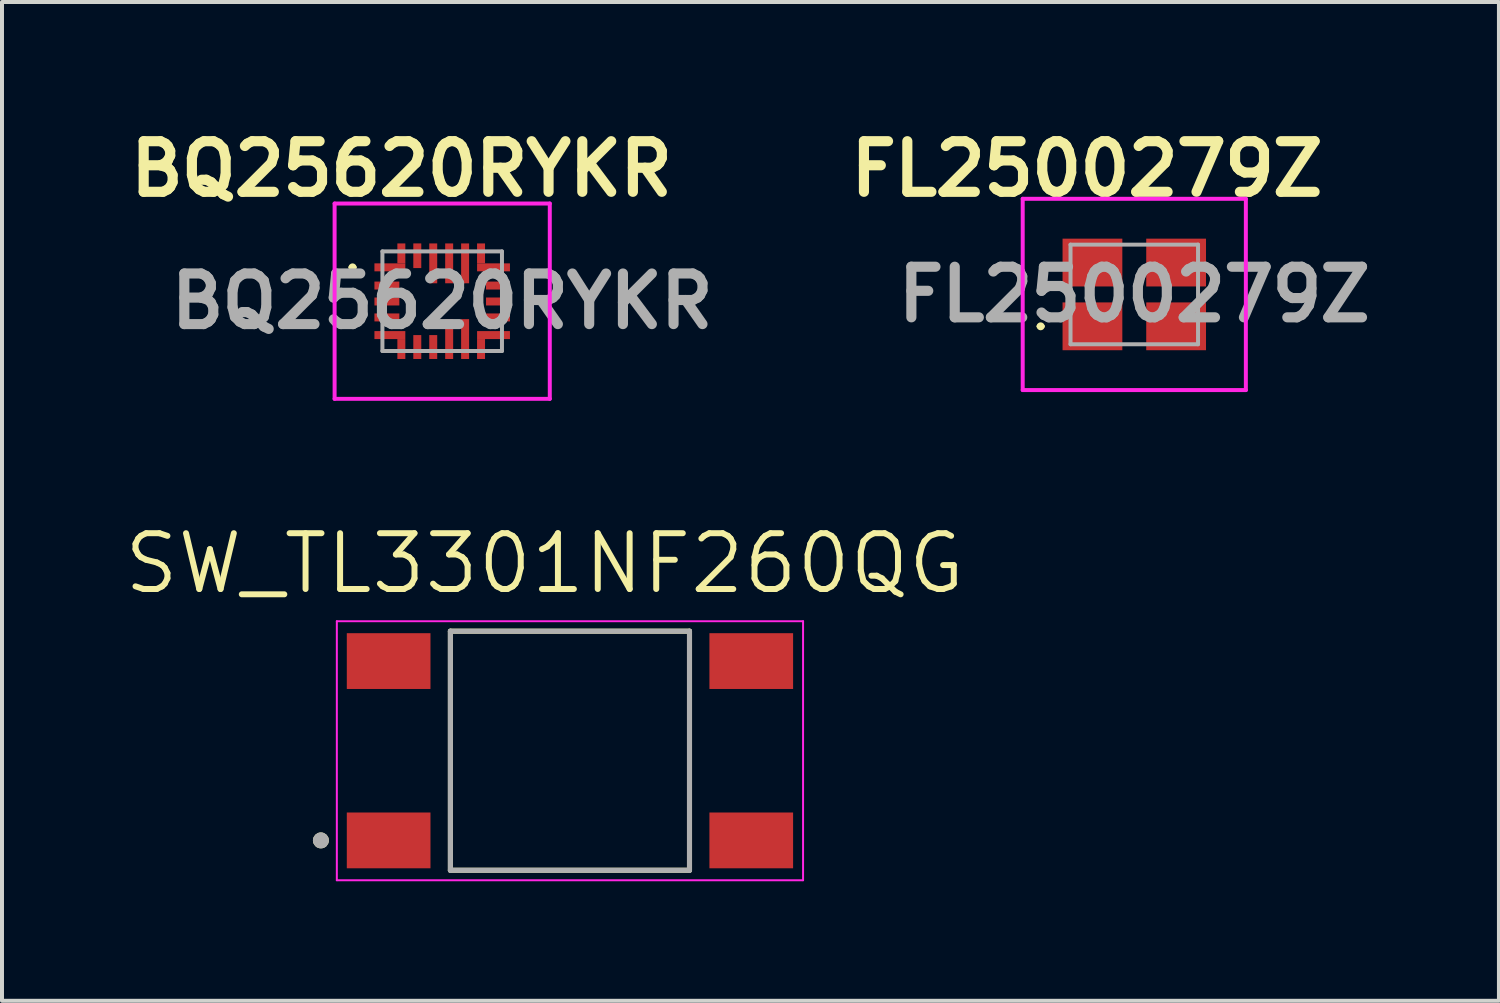
<source format=kicad_pcb>
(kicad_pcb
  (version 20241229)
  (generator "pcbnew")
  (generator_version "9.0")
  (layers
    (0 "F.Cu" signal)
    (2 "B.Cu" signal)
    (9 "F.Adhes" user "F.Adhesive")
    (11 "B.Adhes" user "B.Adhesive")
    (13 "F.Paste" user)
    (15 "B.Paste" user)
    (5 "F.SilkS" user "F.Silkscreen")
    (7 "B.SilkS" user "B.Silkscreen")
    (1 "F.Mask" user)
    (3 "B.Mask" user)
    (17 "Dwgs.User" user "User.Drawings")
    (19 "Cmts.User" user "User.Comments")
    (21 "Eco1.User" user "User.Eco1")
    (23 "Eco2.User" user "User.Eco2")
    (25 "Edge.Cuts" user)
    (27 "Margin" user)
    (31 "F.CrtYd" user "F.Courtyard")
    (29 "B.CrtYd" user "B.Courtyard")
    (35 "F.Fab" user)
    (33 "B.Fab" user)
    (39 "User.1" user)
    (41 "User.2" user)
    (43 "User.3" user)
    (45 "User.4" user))
  (footprint "FL2500279Z"
    (layer "F.Cu")
    (at 25.415 4.339)
    (property "Reference" "FL2500279Z" (at -1.19 -3.15 0) (layer "F.SilkS") (effects (font (size 1.27 1.27) (thickness 0.254))))
    (attr smd)
    (fp_line (start -2.4 0.8) (end -2.4 0.8) (stroke (width 0.1) (type solid)) (layer "F.SilkS"))
    (fp_line (start -2.3 0.8) (end -2.3 0.8) (stroke (width 0.1) (type solid)) (layer "F.SilkS"))
    (fp_arc (start -2.4 0.8) (mid -2.35 0.75) (end -2.3 0.8) (stroke (width 0.1) (type solid)) (layer "F.SilkS"))
    (fp_arc (start -2.3 0.8) (mid -2.35 0.85) (end -2.4 0.8) (stroke (width 0.1) (type solid)) (layer "F.SilkS"))
    (fp_line (start -2.8 -2.4) (end 2.8 -2.4) (stroke (width 0.1) (type solid)) (layer "F.CrtYd"))
    (fp_line (start -2.8 2.4) (end -2.8 -2.4) (stroke (width 0.1) (type solid)) (layer "F.CrtYd"))
    (fp_line (start 2.8 -2.4) (end 2.8 2.4) (stroke (width 0.1) (type solid)) (layer "F.CrtYd"))
    (fp_line (start 2.8 2.4) (end -2.8 2.4) (stroke (width 0.1) (type solid)) (layer "F.CrtYd"))
    (fp_line (start -1.6 -1.25) (end -1.6 1.25) (stroke (width 0.1) (type solid)) (layer "F.Fab"))
    (fp_line (start -1.6 1.25) (end 1.6 1.25) (stroke (width 0.1) (type solid)) (layer "F.Fab"))
    (fp_line (start 1.6 -1.25) (end -1.6 -1.25) (stroke (width 0.1) (type solid)) (layer "F.Fab"))
    (fp_line (start 1.6 1.25) (end 1.6 -1.25) (stroke (width 0.1) (type solid)) (layer "F.Fab"))
    (fp_text user "${REFERENCE}" (at 0 0 0) (layer "F.Fab") (effects (font (size 1.27 1.27) (thickness 0.254))))
    (pad "1" smd rect (at -1.05 0.8 90) (size 1.2 1.5) (layers "F.Cu" "F.Mask" "F.Paste"))
    (pad "2" smd rect (at 1.05 0.8 90) (size 1.2 1.5) (layers "F.Cu" "F.Mask" "F.Paste"))
    (pad "3" smd rect (at 1.05 -0.8 90) (size 1.2 1.5) (layers "F.Cu" "F.Mask" "F.Paste"))
    (pad "4" smd rect (at -1.05 -0.8 90) (size 1.2 1.5) (layers "F.Cu" "F.Mask" "F.Paste")))
  (footprint "BQ25620RYKR"
    (layer "F.Cu")
    (at 8.047 4.509)
    (property "Reference" "BQ25620RYKR" (at -1.02 -3.32 0) (layer "F.SilkS") (effects (font (size 1.27 1.27) (thickness 0.254))))
    (attr smd)
    (fp_line (start -2.3 -0.85) (end -2.3 -0.85) (stroke (width 0.1) (type solid)) (layer "F.SilkS"))
    (fp_line (start -2.2 -0.85) (end -2.2 -0.85) (stroke (width 0.1) (type solid)) (layer "F.SilkS"))
    (fp_arc (start -2.3 -0.85) (mid -2.25 -0.9) (end -2.2 -0.85) (stroke (width 0.1) (type solid)) (layer "F.SilkS"))
    (fp_arc (start -2.2 -0.85) (mid -2.25 -0.8) (end -2.3 -0.85) (stroke (width 0.1) (type solid)) (layer "F.SilkS"))
    (fp_line (start -2.7 -2.451) (end 2.7 -2.451) (stroke (width 0.1) (type solid)) (layer "F.CrtYd"))
    (fp_line (start -2.7 2.45) (end -2.7 -2.451) (stroke (width 0.1) (type solid)) (layer "F.CrtYd"))
    (fp_line (start 2.7 -2.451) (end 2.7 2.45) (stroke (width 0.1) (type solid)) (layer "F.CrtYd"))
    (fp_line (start 2.7 2.45) (end -2.7 2.45) (stroke (width 0.1) (type solid)) (layer "F.CrtYd"))
    (fp_line (start -1.5 -1.25) (end -1.5 1.25) (stroke (width 0.1) (type solid)) (layer "F.Fab"))
    (fp_line (start -1.5 1.25) (end 1.5 1.25) (stroke (width 0.1) (type solid)) (layer "F.Fab"))
    (fp_line (start 1.5 -1.25) (end -1.5 -1.25) (stroke (width 0.1) (type solid)) (layer "F.Fab"))
    (fp_line (start 1.5 1.25) (end 1.5 -1.25) (stroke (width 0.1) (type solid)) (layer "F.Fab"))
    (fp_text user "${REFERENCE}" (at 0 0 0) (layer "F.Fab") (effects (font (size 1.27 1.27) (thickness 0.254))))
    (pad "1" smd rect (at -1.313 -0.85 90) (size 0.2 0.775) (layers "F.Cu" "F.Mask" "F.Paste"))
    (pad "2" smd rect (at -1.388 -0.393 90) (size 0.2 0.625) (layers "F.Cu" "F.Mask" "F.Paste"))
    (pad "3" smd rect (at -1.388 0.007 90) (size 0.2 0.625) (layers "F.Cu" "F.Mask" "F.Paste"))
    (pad "4" smd rect (at -1.388 0.407 90) (size 0.2 0.625) (layers "F.Cu" "F.Mask" "F.Paste"))
    (pad "5" smd rect (at -1.313 0.85 90) (size 0.2 0.775) (layers "F.Cu" "F.Mask" "F.Paste"))
    (pad "6" smd rect (at -0.625 1.15) (size 0.2 0.6) (layers "F.Cu" "F.Mask" "F.Paste"))
    (pad "7" smd rect (at -0.225 1.15) (size 0.2 0.6) (layers "F.Cu" "F.Mask" "F.Paste"))
    (pad "8" smd rect (at 0.175 0.95) (size 0.2 1) (layers "F.Cu" "F.Mask" "F.Paste"))
    (pad "9" smd rect (at 0.575 0.95) (size 0.2 1) (layers "F.Cu" "F.Mask" "F.Paste"))
    (pad "10" smd rect (at 1.288 0.85 90) (size 0.2 0.825) (layers "F.Cu" "F.Mask" "F.Paste"))
    (pad "11" smd rect (at 1.4 0.407 90) (size 0.2 0.6) (layers "F.Cu" "F.Mask" "F.Paste"))
    (pad "12" smd rect (at 1.4 0.007 90) (size 0.2 0.6) (layers "F.Cu" "F.Mask" "F.Paste"))
    (pad "13" smd rect (at 1.4 -0.393 90) (size 0.2 0.6) (layers "F.Cu" "F.Mask" "F.Paste"))
    (pad "14" smd rect (at 1.288 -0.85 90) (size 0.2 0.825) (layers "F.Cu" "F.Mask" "F.Paste"))
    (pad "15" smd rect (at 0.575 -0.95) (size 0.2 1) (layers "F.Cu" "F.Mask" "F.Paste"))
    (pad "16" smd rect (at 0.175 -0.95) (size 0.2 1) (layers "F.Cu" "F.Mask" "F.Paste"))
    (pad "17" smd rect (at -0.225 -0.95) (size 0.2 1) (layers "F.Cu" "F.Mask" "F.Paste"))
    (pad "18" smd rect (at -0.625 -1.141) (size 0.2 0.619) (layers "F.Cu" "F.Mask" "F.Paste"))
    (pad "19" smd rect (at -1.025 -1.2) (size 0.2 0.5) (layers "F.Cu" "F.Mask" "F.Paste"))
    (pad "20" smd rect (at -1.025 1.2) (size 0.2 0.5) (layers "F.Cu" "F.Mask" "F.Paste"))
    (pad "21" smd rect (at 0.975 1.2) (size 0.2 0.5) (layers "F.Cu" "F.Mask" "F.Paste"))
    (pad "22" smd rect (at 0.975 -1.2) (size 0.2 0.5) (layers "F.Cu" "F.Mask" "F.Paste")))
  (footprint "SW_TL3301NF260QG"
    (layer "F.Cu")
    (at 11.253 15.79)
    (property "Reference" "SW_TL3301NF260QG" (at -0.635 -4.699 0) (layer "F.SilkS") (effects (font (size 1.4 1.4) (thickness 0.15))))
    (attr smd)
    (fp_line (start -3 -3) (end -3 3) (stroke (width 0.127) (type solid)) (layer "F.SilkS"))
    (fp_line (start -3 3) (end 3 3) (stroke (width 0.127) (type solid)) (layer "F.SilkS"))
    (fp_line (start 3 -3) (end -3 -3) (stroke (width 0.127) (type solid)) (layer "F.SilkS"))
    (fp_line (start 3 3) (end 3 -3) (stroke (width 0.127) (type solid)) (layer "F.SilkS"))
    (fp_circle (center -6.25 2.25) (end -6.15 2.25) (stroke (width 0.2) (type solid)) (fill no) (layer "F.SilkS"))
    (fp_line (start -5.85 -3.25) (end 5.85 -3.25) (stroke (width 0.05) (type solid)) (layer "F.CrtYd"))
    (fp_line (start -5.85 3.25) (end -5.85 -3.25) (stroke (width 0.05) (type solid)) (layer "F.CrtYd"))
    (fp_line (start 5.85 -3.25) (end 5.85 3.25) (stroke (width 0.05) (type solid)) (layer "F.CrtYd"))
    (fp_line (start 5.85 3.25) (end -5.85 3.25) (stroke (width 0.05) (type solid)) (layer "F.CrtYd"))
    (fp_line (start -3 -3) (end 3 -3) (stroke (width 0.127) (type solid)) (layer "F.Fab"))
    (fp_line (start -3 3) (end -3 -3) (stroke (width 0.127) (type solid)) (layer "F.Fab"))
    (fp_line (start 3 -3) (end 3 3) (stroke (width 0.127) (type solid)) (layer "F.Fab"))
    (fp_line (start 3 3) (end -3 3) (stroke (width 0.127) (type solid)) (layer "F.Fab"))
    (fp_circle (center -6.25 2.25) (end -6.15 2.25) (stroke (width 0.2) (type solid)) (fill no) (layer "F.Fab"))
    (pad "1" smd rect (at -4.55 2.25) (size 2.1 1.4) (layers "F.Cu" "F.Mask" "F.Paste"))
    (pad "2" smd rect (at 4.55 2.25) (size 2.1 1.4) (layers "F.Cu" "F.Mask" "F.Paste"))
    (pad "3" smd rect (at -4.55 -2.25) (size 2.1 1.4) (layers "F.Cu" "F.Mask" "F.Paste"))
    (pad "4" smd rect (at 4.55 -2.25) (size 2.1 1.4) (layers "F.Cu" "F.Mask" "F.Paste")))
  (gr_rect
    (start -3 -3)
    (end 34.566 22.065)
    (stroke (width 0.1) (type default))
    (fill no)
    (layer "Edge.Cuts")))
</source>
